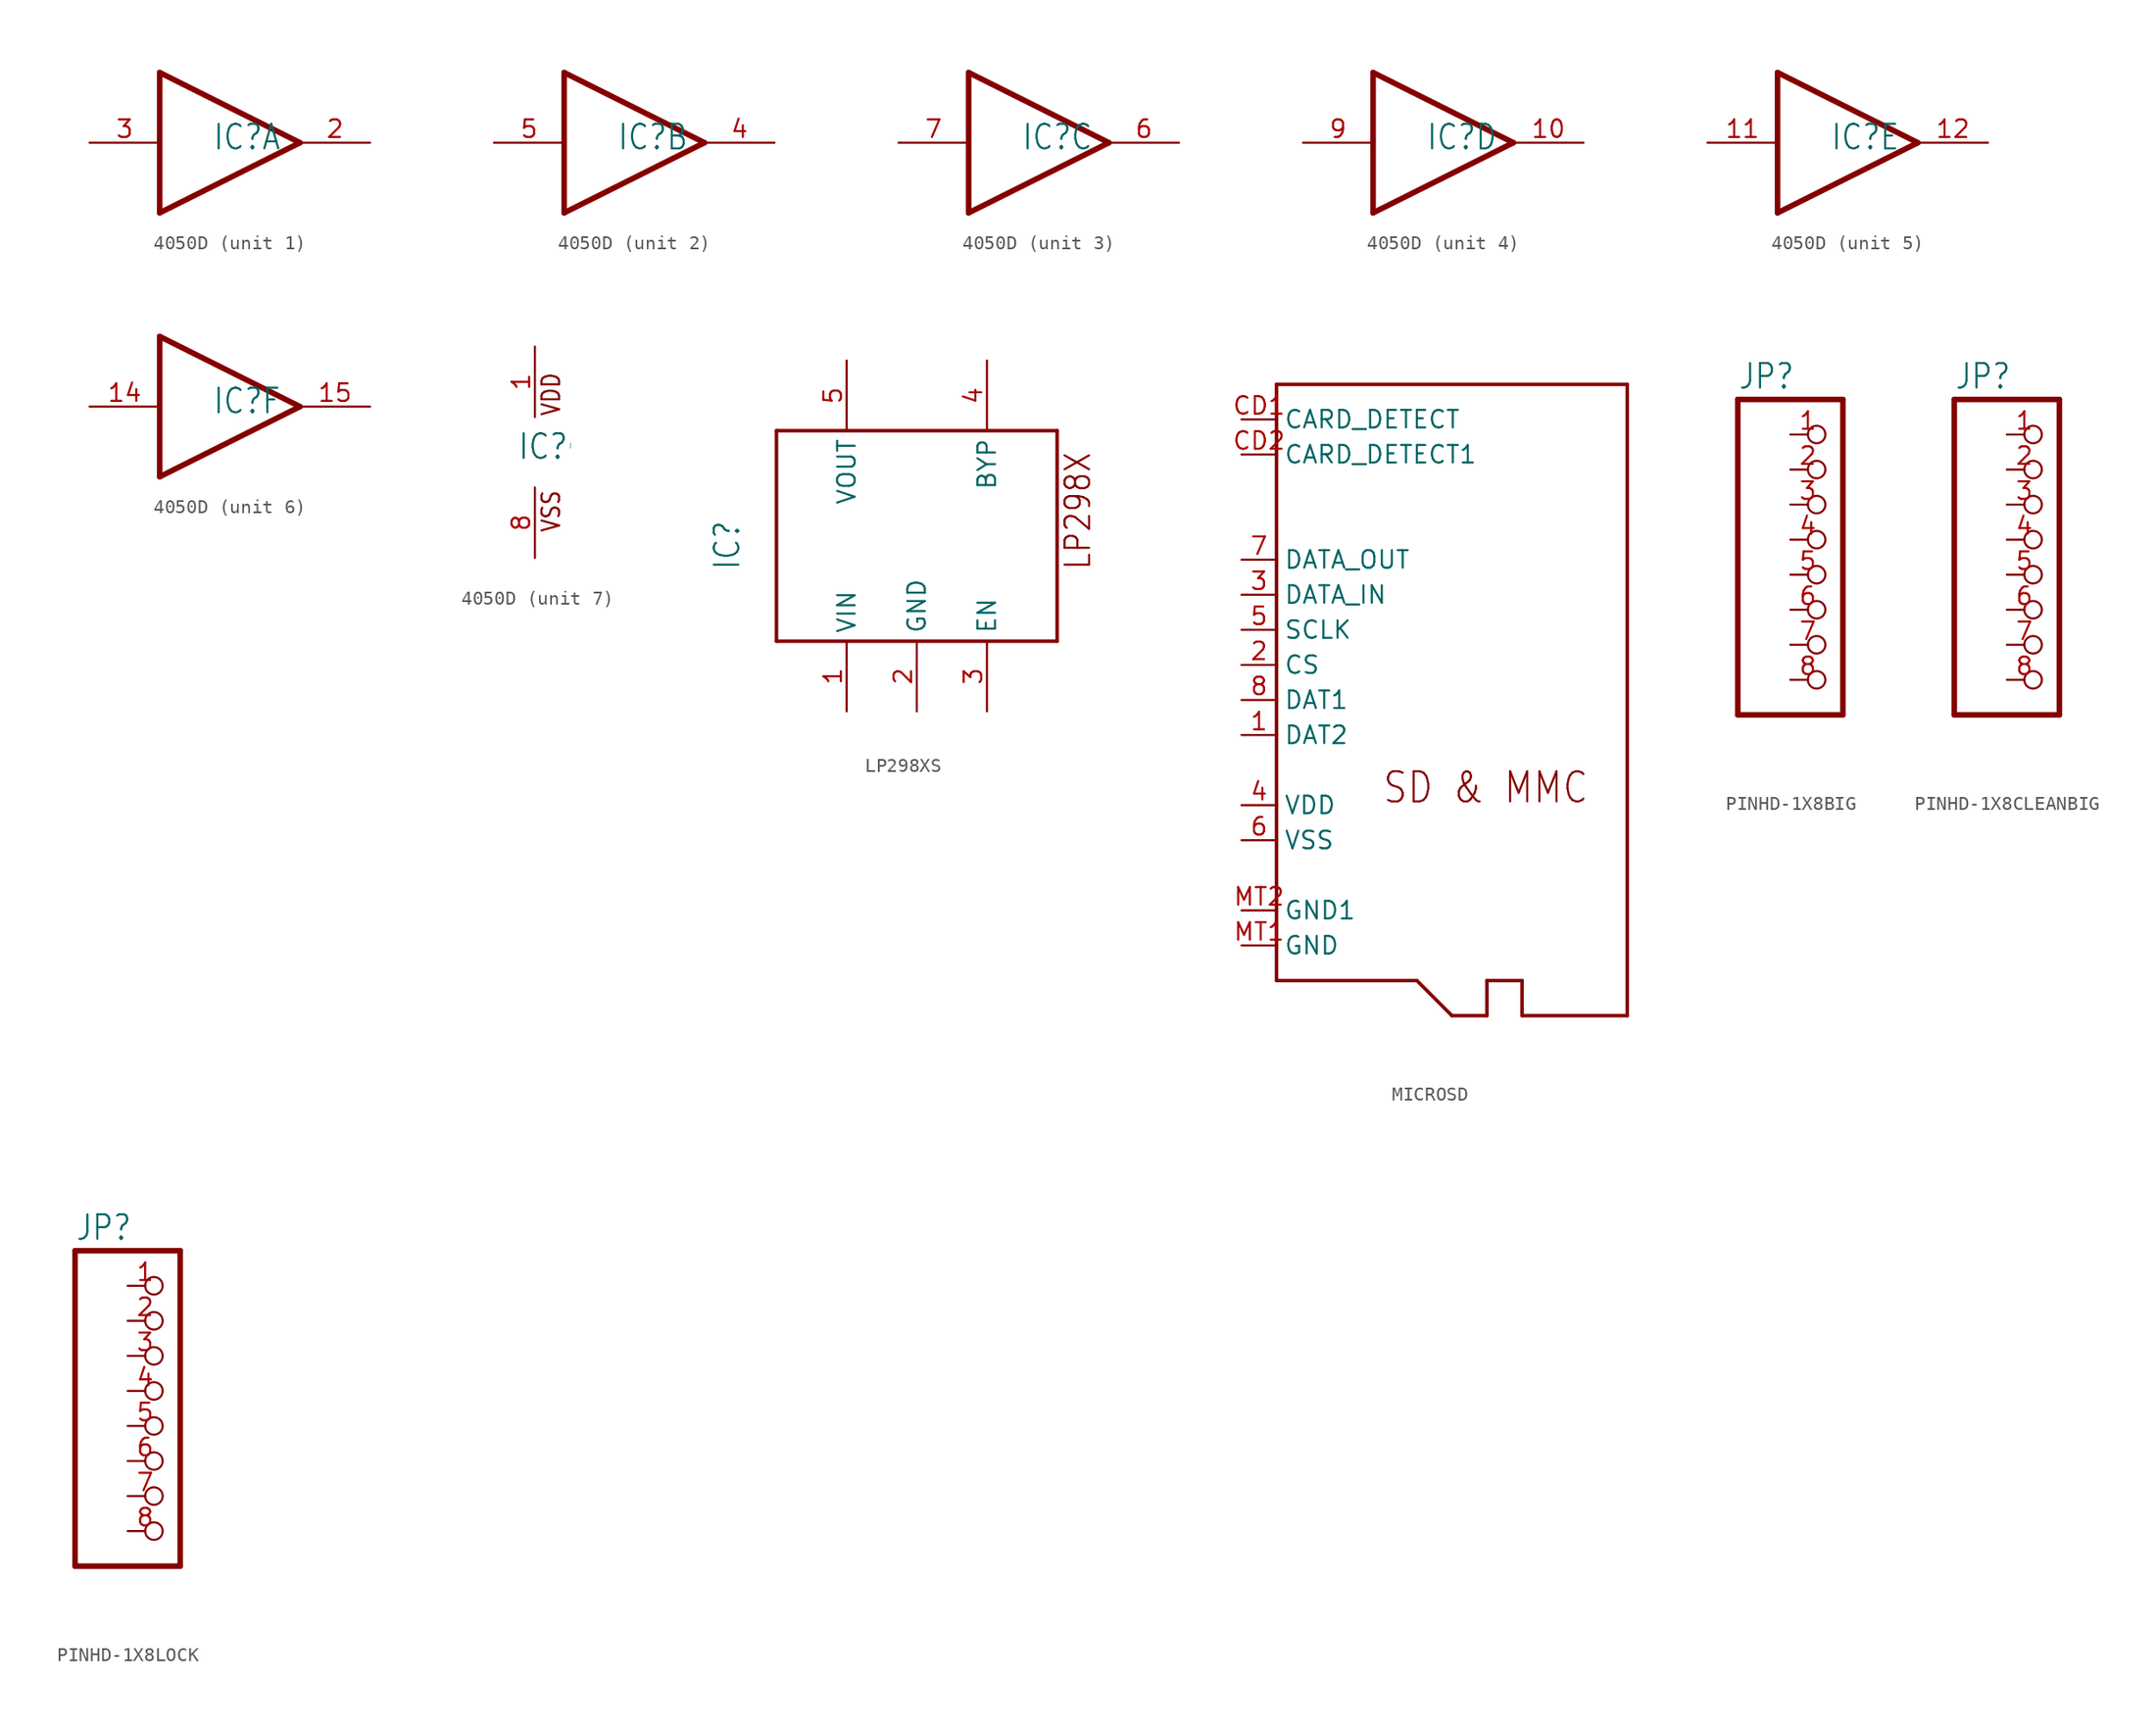
<source format=kicad_sym>
(kicad_symbol_lib
  (version 20220914)
  (generator kicad_symbol_editor)
  (symbol "4050D"
    (property "Reference" "IC"
      (at -1.27 -0.635 0)
      (effects (font (size 1.778 1.511)) (justify left bottom)))
    (property "ki_locked" ""
      (at 0 0 0)
      (effects (font (size 1.27 1.27))))
    (symbol "4050D_1_0"
      (polyline (pts (xy -5.08 -5.08) (xy 5.08 0)) (stroke (width 0.406) (type solid)) (fill (type none)))
      (polyline (pts (xy -5.08 5.08) (xy -5.08 -5.08)) (stroke (width 0.406) (type solid)) (fill (type none)))
      (polyline (pts (xy 5.08 0) (xy -5.08 5.08)) (stroke (width 0.406) (type solid)) (fill (type none)))
      (pin output line (at 10.16 0 180) (length 5.08) (name "O" (effects (font (size 0 0)))) (number "2" (effects (font (size 1.27 1.27)))))
      (pin input line (at -10.16 0 0) (length 5.08) (name "I" (effects (font (size 0 0)))) (number "3" (effects (font (size 1.27 1.27))))))
    (symbol "4050D_2_0"
      (polyline (pts (xy -5.08 -5.08) (xy 5.08 0)) (stroke (width 0.406) (type solid)) (fill (type none)))
      (polyline (pts (xy -5.08 5.08) (xy -5.08 -5.08)) (stroke (width 0.406) (type solid)) (fill (type none)))
      (polyline (pts (xy 5.08 0) (xy -5.08 5.08)) (stroke (width 0.406) (type solid)) (fill (type none)))
      (pin output line (at 10.16 0 180) (length 5.08) (name "O" (effects (font (size 0 0)))) (number "4" (effects (font (size 1.27 1.27)))))
      (pin input line (at -10.16 0 0) (length 5.08) (name "I" (effects (font (size 0 0)))) (number "5" (effects (font (size 1.27 1.27))))))
    (symbol "4050D_3_0"
      (polyline (pts (xy -5.08 -5.08) (xy 5.08 0)) (stroke (width 0.406) (type solid)) (fill (type none)))
      (polyline (pts (xy -5.08 5.08) (xy -5.08 -5.08)) (stroke (width 0.406) (type solid)) (fill (type none)))
      (polyline (pts (xy 5.08 0) (xy -5.08 5.08)) (stroke (width 0.406) (type solid)) (fill (type none)))
      (pin output line (at 10.16 0 180) (length 5.08) (name "O" (effects (font (size 0 0)))) (number "6" (effects (font (size 1.27 1.27)))))
      (pin input line (at -10.16 0 0) (length 5.08) (name "I" (effects (font (size 0 0)))) (number "7" (effects (font (size 1.27 1.27))))))
    (symbol "4050D_4_0"
      (polyline (pts (xy -5.08 -5.08) (xy 5.08 0)) (stroke (width 0.406) (type solid)) (fill (type none)))
      (polyline (pts (xy -5.08 5.08) (xy -5.08 -5.08)) (stroke (width 0.406) (type solid)) (fill (type none)))
      (polyline (pts (xy 5.08 0) (xy -5.08 5.08)) (stroke (width 0.406) (type solid)) (fill (type none)))
      (pin output line (at 10.16 0 180) (length 5.08) (name "O" (effects (font (size 0 0)))) (number "10" (effects (font (size 1.27 1.27)))))
      (pin input line (at -10.16 0 0) (length 5.08) (name "I" (effects (font (size 0 0)))) (number "9" (effects (font (size 1.27 1.27))))))
    (symbol "4050D_5_0"
      (polyline (pts (xy -5.08 -5.08) (xy 5.08 0)) (stroke (width 0.406) (type solid)) (fill (type none)))
      (polyline (pts (xy -5.08 5.08) (xy -5.08 -5.08)) (stroke (width 0.406) (type solid)) (fill (type none)))
      (polyline (pts (xy 5.08 0) (xy -5.08 5.08)) (stroke (width 0.406) (type solid)) (fill (type none)))
      (pin input line (at -10.16 0 0) (length 5.08) (name "I" (effects (font (size 0 0)))) (number "11" (effects (font (size 1.27 1.27)))))
      (pin output line (at 10.16 0 180) (length 5.08) (name "O" (effects (font (size 0 0)))) (number "12" (effects (font (size 1.27 1.27))))))
    (symbol "4050D_6_0"
      (polyline (pts (xy -5.08 -5.08) (xy 5.08 0)) (stroke (width 0.406) (type solid)) (fill (type none)))
      (polyline (pts (xy -5.08 5.08) (xy -5.08 -5.08)) (stroke (width 0.406) (type solid)) (fill (type none)))
      (polyline (pts (xy 5.08 0) (xy -5.08 5.08)) (stroke (width 0.406) (type solid)) (fill (type none)))
      (pin input line (at -10.16 0 0) (length 5.08) (name "I" (effects (font (size 0 0)))) (number "14" (effects (font (size 1.27 1.27)))))
      (pin output line (at 10.16 0 180) (length 5.08) (name "O" (effects (font (size 0 0)))) (number "15" (effects (font (size 1.27 1.27))))))
    (symbol "4050D_7_0"
      (text "VDD" (at 1.905 2.54 900) (effects (font (size 1.27 1.079)) (justify left bottom)))
      (text "VSS" (at 1.905 -5.842 900) (effects (font (size 1.27 1.079)) (justify left bottom)))
      (pin power_in line (at 0 7.62 270) (length 5.08) (name "VDD" (effects (font (size 0 0)))) (number "1" (effects (font (size 1.27 1.27)))))
      (pin power_in line (at 0 -7.62 90) (length 5.08) (name "VSS" (effects (font (size 0 0)))) (number "8" (effects (font (size 1.27 1.27)))))))
  (symbol "LP298XS"
    (property "Reference" "IC"
      (at -12.7 -5.08 90)
      (effects (font (size 1.778 1.511)) (justify left bottom)))
    (property "ki_locked" ""
      (at 0 0 0)
      (effects (font (size 1.27 1.27))))
    (symbol "LP298XS_1_0"
      (polyline (pts (xy -10.16 -10.16) (xy 10.16 -10.16)) (stroke (width 0.254) (type solid)) (fill (type none)))
      (polyline (pts (xy -10.16 5.08) (xy -10.16 -10.16)) (stroke (width 0.254) (type solid)) (fill (type none)))
      (polyline (pts (xy 10.16 -10.16) (xy 10.16 5.08)) (stroke (width 0.254) (type solid)) (fill (type none)))
      (polyline (pts (xy 10.16 5.08) (xy -10.16 5.08)) (stroke (width 0.254) (type solid)) (fill (type none)))
      (text "LP298X" (at 12.7 -5.08 900) (effects (font (size 1.778 1.511)) (justify left bottom)))
      (pin bidirectional line (at -5.08 -15.24 90) (length 5.08) (name "VIN" (effects (font (size 1.27 1.27)))) (number "1" (effects (font (size 1.27 1.27)))))
      (pin bidirectional line (at 0 -15.24 90) (length 5.08) (name "GND" (effects (font (size 1.27 1.27)))) (number "2" (effects (font (size 1.27 1.27)))))
      (pin bidirectional line (at 5.08 -15.24 90) (length 5.08) (name "EN" (effects (font (size 1.27 1.27)))) (number "3" (effects (font (size 1.27 1.27)))))
      (pin bidirectional line (at 5.08 10.16 270) (length 5.08) (name "BYP" (effects (font (size 1.27 1.27)))) (number "4" (effects (font (size 1.27 1.27)))))
      (pin bidirectional line (at -5.08 10.16 270) (length 5.08) (name "VOUT" (effects (font (size 1.27 1.27)))) (number "5" (effects (font (size 1.27 1.27)))))))
  (symbol "MICROSD"
    (property "Reference" ""
      (at 0 0 0)
      (effects (font (size 1.27 1.27)) hide))
    (property "ki_locked" ""
      (at 0 0 0)
      (effects (font (size 1.27 1.27))))
    (symbol "MICROSD_1_0"
      (polyline (pts (xy -15.24 -22.86) (xy -5.08 -22.86)) (stroke (width 0.254) (type solid)) (fill (type none)))
      (polyline (pts (xy -15.24 20.32) (xy -15.24 -22.86)) (stroke (width 0.254) (type solid)) (fill (type none)))
      (polyline (pts (xy -5.08 -22.86) (xy -2.54 -25.4)) (stroke (width 0.254) (type solid)) (fill (type none)))
      (polyline (pts (xy -2.54 -25.4) (xy 0 -25.4)) (stroke (width 0.254) (type solid)) (fill (type none)))
      (polyline (pts (xy 0 -25.4) (xy 0 -22.86)) (stroke (width 0.254) (type solid)) (fill (type none)))
      (polyline (pts (xy 0 -22.86) (xy 2.54 -22.86)) (stroke (width 0.254) (type solid)) (fill (type none)))
      (polyline (pts (xy 2.54 -25.4) (xy 10.16 -25.4)) (stroke (width 0.254) (type solid)) (fill (type none)))
      (polyline (pts (xy 2.54 -22.86) (xy 2.54 -25.4)) (stroke (width 0.254) (type solid)) (fill (type none)))
      (polyline (pts (xy 10.16 -25.4) (xy 10.16 20.32)) (stroke (width 0.254) (type solid)) (fill (type none)))
      (polyline (pts (xy 10.16 20.32) (xy -15.24 20.32)) (stroke (width 0.254) (type solid)) (fill (type none)))
      (text "SD & MMC" (at -7.62 -10.16 0) (effects (font (size 2.184 1.857)) (justify left bottom)))
      (pin bidirectional line (at -17.78 -5.08 0) (length 2.54) (name "DAT2" (effects (font (size 1.27 1.27)))) (number "1" (effects (font (size 1.27 1.27)))))
      (pin input line (at -17.78 0 0) (length 2.54) (name "CS" (effects (font (size 1.27 1.27)))) (number "2" (effects (font (size 1.27 1.27)))))
      (pin input line (at -17.78 5.08 0) (length 2.54) (name "DATA_IN" (effects (font (size 1.27 1.27)))) (number "3" (effects (font (size 1.27 1.27)))))
      (pin power_in line (at -17.78 -10.16 0) (length 2.54) (name "VDD" (effects (font (size 1.27 1.27)))) (number "4" (effects (font (size 1.27 1.27)))))
      (pin input line (at -17.78 2.54 0) (length 2.54) (name "SCLK" (effects (font (size 1.27 1.27)))) (number "5" (effects (font (size 1.27 1.27)))))
      (pin power_in line (at -17.78 -12.7 0) (length 2.54) (name "VSS" (effects (font (size 1.27 1.27)))) (number "6" (effects (font (size 1.27 1.27)))))
      (pin output line (at -17.78 7.62 0) (length 2.54) (name "DATA_OUT" (effects (font (size 1.27 1.27)))) (number "7" (effects (font (size 1.27 1.27)))))
      (pin bidirectional line (at -17.78 -2.54 0) (length 2.54) (name "DAT1" (effects (font (size 1.27 1.27)))) (number "8" (effects (font (size 1.27 1.27)))))
      (pin passive line (at -17.78 17.78 0) (length 2.54) (name "CARD_DETECT" (effects (font (size 1.27 1.27)))) (number "CD1" (effects (font (size 1.27 1.27)))))
      (pin passive line (at -17.78 15.24 0) (length 2.54) (name "CARD_DETECT1" (effects (font (size 1.27 1.27)))) (number "CD2" (effects (font (size 1.27 1.27)))))
      (pin power_in line (at -17.78 -20.32 0) (length 2.54) (name "GND" (effects (font (size 1.27 1.27)))) (number "MT1" (effects (font (size 1.27 1.27)))))
      (pin power_in line (at -17.78 -17.78 0) (length 2.54) (name "GND1" (effects (font (size 1.27 1.27)))) (number "MT2" (effects (font (size 1.27 1.27)))))))
  (symbol "PINHD-1X8BIG"
    (property "Reference" "JP"
      (at -6.35 10.795 0)
      (effects (font (size 1.778 1.511)) (justify left bottom)))
    (property "Value" ""
      (at -6.35 -15.24 0)
      (effects (font (size 1.778 1.511)) (justify left bottom)))
    (property "ki_locked" ""
      (at 0 0 0)
      (effects (font (size 1.27 1.27))))
    (symbol "PINHD-1X8BIG_1_0"
      (polyline (pts (xy -6.35 -12.7) (xy 1.27 -12.7)) (stroke (width 0.406) (type solid)) (fill (type none)))
      (polyline (pts (xy -6.35 10.16) (xy -6.35 -12.7)) (stroke (width 0.406) (type solid)) (fill (type none)))
      (polyline (pts (xy 1.27 -12.7) (xy 1.27 10.16)) (stroke (width 0.406) (type solid)) (fill (type none)))
      (polyline (pts (xy 1.27 10.16) (xy -6.35 10.16)) (stroke (width 0.406) (type solid)) (fill (type none)))
      (pin passive inverted (at -2.54 7.62 0) (length 2.54) (name "1" (effects (font (size 0 0)))) (number "1" (effects (font (size 1.27 1.27)))))
      (pin passive inverted (at -2.54 5.08 0) (length 2.54) (name "2" (effects (font (size 0 0)))) (number "2" (effects (font (size 1.27 1.27)))))
      (pin passive inverted (at -2.54 2.54 0) (length 2.54) (name "3" (effects (font (size 0 0)))) (number "3" (effects (font (size 1.27 1.27)))))
      (pin passive inverted (at -2.54 0 0) (length 2.54) (name "4" (effects (font (size 0 0)))) (number "4" (effects (font (size 1.27 1.27)))))
      (pin passive inverted (at -2.54 -2.54 0) (length 2.54) (name "5" (effects (font (size 0 0)))) (number "5" (effects (font (size 1.27 1.27)))))
      (pin passive inverted (at -2.54 -5.08 0) (length 2.54) (name "6" (effects (font (size 0 0)))) (number "6" (effects (font (size 1.27 1.27)))))
      (pin passive inverted (at -2.54 -7.62 0) (length 2.54) (name "7" (effects (font (size 0 0)))) (number "7" (effects (font (size 1.27 1.27)))))
      (pin passive inverted (at -2.54 -10.16 0) (length 2.54) (name "8" (effects (font (size 0 0)))) (number "8" (effects (font (size 1.27 1.27)))))))
  (symbol "PINHD-1X8CLEANBIG"
    (property "Reference" "JP"
      (at -6.35 10.795 0)
      (effects (font (size 1.778 1.511)) (justify left bottom)))
    (property "Value" ""
      (at -6.35 -15.24 0)
      (effects (font (size 1.778 1.511)) (justify left bottom)))
    (property "ki_locked" ""
      (at 0 0 0)
      (effects (font (size 1.27 1.27))))
    (symbol "PINHD-1X8CLEANBIG_1_0"
      (polyline (pts (xy -6.35 -12.7) (xy 1.27 -12.7)) (stroke (width 0.406) (type solid)) (fill (type none)))
      (polyline (pts (xy -6.35 10.16) (xy -6.35 -12.7)) (stroke (width 0.406) (type solid)) (fill (type none)))
      (polyline (pts (xy 1.27 -12.7) (xy 1.27 10.16)) (stroke (width 0.406) (type solid)) (fill (type none)))
      (polyline (pts (xy 1.27 10.16) (xy -6.35 10.16)) (stroke (width 0.406) (type solid)) (fill (type none)))
      (pin passive inverted (at -2.54 7.62 0) (length 2.54) (name "1" (effects (font (size 0 0)))) (number "1" (effects (font (size 1.27 1.27)))))
      (pin passive inverted (at -2.54 5.08 0) (length 2.54) (name "2" (effects (font (size 0 0)))) (number "2" (effects (font (size 1.27 1.27)))))
      (pin passive inverted (at -2.54 2.54 0) (length 2.54) (name "3" (effects (font (size 0 0)))) (number "3" (effects (font (size 1.27 1.27)))))
      (pin passive inverted (at -2.54 0 0) (length 2.54) (name "4" (effects (font (size 0 0)))) (number "4" (effects (font (size 1.27 1.27)))))
      (pin passive inverted (at -2.54 -2.54 0) (length 2.54) (name "5" (effects (font (size 0 0)))) (number "5" (effects (font (size 1.27 1.27)))))
      (pin passive inverted (at -2.54 -5.08 0) (length 2.54) (name "6" (effects (font (size 0 0)))) (number "6" (effects (font (size 1.27 1.27)))))
      (pin passive inverted (at -2.54 -7.62 0) (length 2.54) (name "7" (effects (font (size 0 0)))) (number "7" (effects (font (size 1.27 1.27)))))
      (pin passive inverted (at -2.54 -10.16 0) (length 2.54) (name "8" (effects (font (size 0 0)))) (number "8" (effects (font (size 1.27 1.27)))))))
  (symbol "PINHD-1X8LOCK"
    (property "Reference" "JP"
      (at -6.35 10.795 0)
      (effects (font (size 1.778 1.511)) (justify left bottom)))
    (property "Value" ""
      (at -6.35 -15.24 0)
      (effects (font (size 1.778 1.511)) (justify left bottom)))
    (property "ki_locked" ""
      (at 0 0 0)
      (effects (font (size 1.27 1.27))))
    (symbol "PINHD-1X8LOCK_1_0"
      (polyline (pts (xy -6.35 -12.7) (xy 1.27 -12.7)) (stroke (width 0.406) (type solid)) (fill (type none)))
      (polyline (pts (xy -6.35 10.16) (xy -6.35 -12.7)) (stroke (width 0.406) (type solid)) (fill (type none)))
      (polyline (pts (xy 1.27 -12.7) (xy 1.27 10.16)) (stroke (width 0.406) (type solid)) (fill (type none)))
      (polyline (pts (xy 1.27 10.16) (xy -6.35 10.16)) (stroke (width 0.406) (type solid)) (fill (type none)))
      (pin passive inverted (at -2.54 7.62 0) (length 2.54) (name "1" (effects (font (size 0 0)))) (number "1" (effects (font (size 1.27 1.27)))))
      (pin passive inverted (at -2.54 5.08 0) (length 2.54) (name "2" (effects (font (size 0 0)))) (number "2" (effects (font (size 1.27 1.27)))))
      (pin passive inverted (at -2.54 2.54 0) (length 2.54) (name "3" (effects (font (size 0 0)))) (number "3" (effects (font (size 1.27 1.27)))))
      (pin passive inverted (at -2.54 0 0) (length 2.54) (name "4" (effects (font (size 0 0)))) (number "4" (effects (font (size 1.27 1.27)))))
      (pin passive inverted (at -2.54 -2.54 0) (length 2.54) (name "5" (effects (font (size 0 0)))) (number "5" (effects (font (size 1.27 1.27)))))
      (pin passive inverted (at -2.54 -5.08 0) (length 2.54) (name "6" (effects (font (size 0 0)))) (number "6" (effects (font (size 1.27 1.27)))))
      (pin passive inverted (at -2.54 -7.62 0) (length 2.54) (name "7" (effects (font (size 0 0)))) (number "7" (effects (font (size 1.27 1.27)))))
      (pin passive inverted (at -2.54 -10.16 0) (length 2.54) (name "8" (effects (font (size 0 0)))) (number "8" (effects (font (size 1.27 1.27))))))))
</source>
